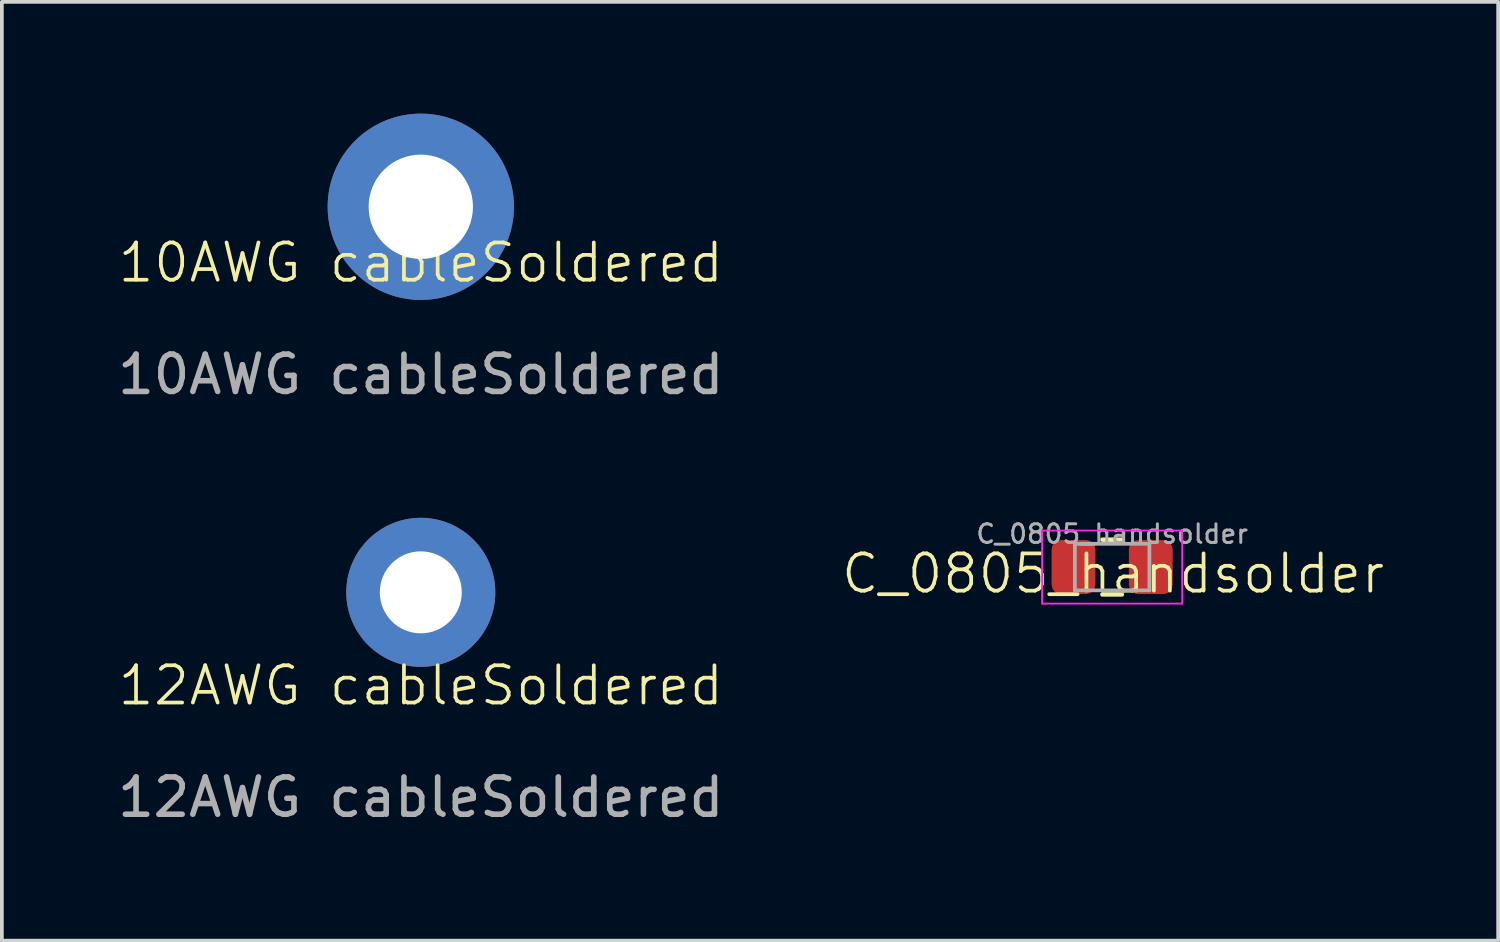
<source format=kicad_pcb>
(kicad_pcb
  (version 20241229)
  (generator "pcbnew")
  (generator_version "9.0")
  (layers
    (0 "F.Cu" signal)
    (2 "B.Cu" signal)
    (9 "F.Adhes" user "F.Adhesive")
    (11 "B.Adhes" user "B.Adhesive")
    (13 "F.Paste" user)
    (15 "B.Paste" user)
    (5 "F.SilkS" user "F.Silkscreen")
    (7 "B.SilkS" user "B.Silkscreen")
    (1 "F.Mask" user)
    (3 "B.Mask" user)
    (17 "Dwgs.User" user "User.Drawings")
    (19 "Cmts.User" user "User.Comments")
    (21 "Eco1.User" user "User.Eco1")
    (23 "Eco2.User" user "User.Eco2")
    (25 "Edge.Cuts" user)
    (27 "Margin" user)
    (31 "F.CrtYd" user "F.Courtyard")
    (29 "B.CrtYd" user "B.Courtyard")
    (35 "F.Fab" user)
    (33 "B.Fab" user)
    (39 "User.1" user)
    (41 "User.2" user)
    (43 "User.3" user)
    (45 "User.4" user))
  (footprint "C_0805_handsolder"
    (layer "F.Cu")
    (at 26.824 12.206)
    (property "Reference" "C_0805_handsolder" (at 0 0.139 0) (unlocked yes) (layer "F.SilkS") (effects (font (size 1 1) (thickness 0.1))))
    (attr smd)
    (fp_line (start -0.286 -0.771) (end 0.236 -0.771) (stroke (width 0.12) (type solid)) (layer "F.SilkS"))
    (fp_line (start -0.286 0.699) (end 0.236 0.699) (stroke (width 0.12) (type solid)) (layer "F.SilkS"))
    (fp_line (start -1.905 -1.016) (end 1.855 -1.016) (stroke (width 0.05) (type solid)) (layer "F.CrtYd"))
    (fp_line (start -1.905 0.944) (end -1.905 -1.016) (stroke (width 0.05) (type solid)) (layer "F.CrtYd"))
    (fp_line (start 1.855 -1.016) (end 1.855 0.944) (stroke (width 0.05) (type solid)) (layer "F.CrtYd"))
    (fp_line (start 1.855 0.944) (end -1.905 0.944) (stroke (width 0.05) (type solid)) (layer "F.CrtYd"))
    (fp_line (start -1.025 -0.661) (end 0.975 -0.661) (stroke (width 0.1) (type solid)) (layer "F.Fab"))
    (fp_line (start -1.025 0.589) (end -1.025 -0.661) (stroke (width 0.1) (type solid)) (layer "F.Fab"))
    (fp_line (start 0.975 -0.661) (end 0.975 0.589) (stroke (width 0.1) (type solid)) (layer "F.Fab"))
    (fp_line (start 0.975 0.589) (end -1.025 0.589) (stroke (width 0.1) (type solid)) (layer "F.Fab"))
    (fp_text user "${REFERENCE}" (at -0.025 -0.925 0) (layer "F.Fab") (effects (font (size 0.5 0.5) (thickness 0.08))))
    (pad "1" smd roundrect (at -1.062 -0.036) (size 1.175 1.45) (layers "F.Cu" "F.Mask" "F.Paste") (roundrect_rratio 0.213))
    (pad "2" smd roundrect (at 1.012 -0.036) (size 1.175 1.45) (layers "F.Cu" "F.Mask" "F.Paste") (roundrect_rratio 0.213)))
  (footprint "12AWG cableSoldered"
    (layer "F.Cu")
    (at 8.244 15.848)
    (property "Reference" "12AWG cableSoldered" (at 0 -0.5 0) (unlocked yes) (layer "F.SilkS") (effects (font (size 1 1) (thickness 0.1))))
    (attr through_hole)
    (fp_text user "${REFERENCE}" (at 0 2.5 0) (unlocked yes) (layer "F.Fab") (effects (font (size 1 1) (thickness 0.15))))
    (pad "1" thru_hole circle (at 0 -3) (size 4 4) (drill 2.2) (layers "*.Cu" "*.Mask")))
  (footprint "10AWG cableSoldered"
    (layer "F.Cu")
    (at 8.244 4.5)
    (property "Reference" "10AWG cableSoldered" (at 0 -0.5 0) (unlocked yes) (layer "F.SilkS") (effects (font (size 1 1) (thickness 0.1))))
    (attr through_hole)
    (fp_text user "${REFERENCE}" (at 0 2.5 0) (unlocked yes) (layer "F.Fab") (effects (font (size 1 1) (thickness 0.15))))
    (pad "1" thru_hole circle (at 0 -2) (size 5 5) (drill 2.8) (layers "*.Cu" "*.Mask")))
  (gr_rect
    (start -3 -3)
    (end 37.16 22.197)
    (stroke (width 0.1) (type default))
    (fill no)
    (layer "Edge.Cuts")))
</source>
